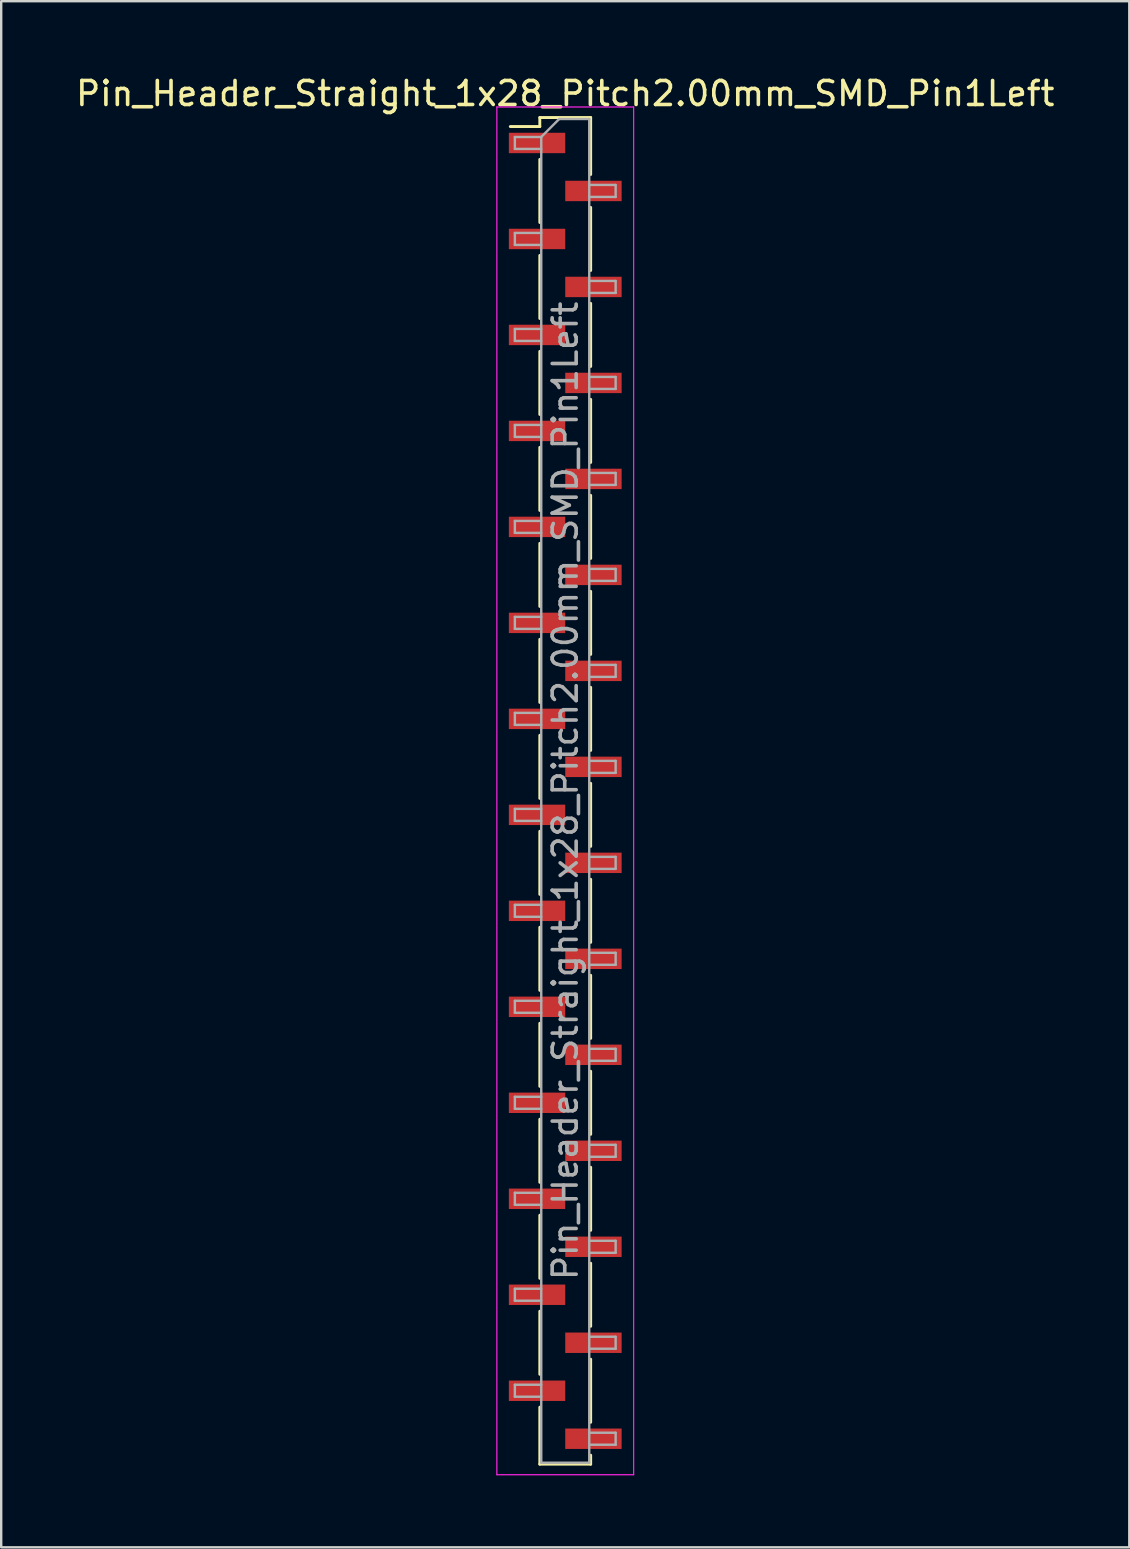
<source format=kicad_pcb>
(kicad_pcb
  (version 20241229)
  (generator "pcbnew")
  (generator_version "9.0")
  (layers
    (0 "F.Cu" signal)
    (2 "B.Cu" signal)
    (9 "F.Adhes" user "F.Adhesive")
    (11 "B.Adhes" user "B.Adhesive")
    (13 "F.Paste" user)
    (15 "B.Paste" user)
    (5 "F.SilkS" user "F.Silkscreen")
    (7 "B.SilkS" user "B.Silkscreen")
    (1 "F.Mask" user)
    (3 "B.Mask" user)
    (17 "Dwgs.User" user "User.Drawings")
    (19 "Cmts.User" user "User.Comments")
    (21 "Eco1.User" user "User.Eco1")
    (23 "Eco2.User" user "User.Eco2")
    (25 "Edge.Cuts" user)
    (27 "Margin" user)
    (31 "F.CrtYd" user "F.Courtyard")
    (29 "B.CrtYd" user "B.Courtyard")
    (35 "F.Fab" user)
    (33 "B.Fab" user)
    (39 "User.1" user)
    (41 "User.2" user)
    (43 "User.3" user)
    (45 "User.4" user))
  (footprint "Pin_Header_Straight_1x28_Pitch2.00mm_SMD_Pin1Left"
    (layer "F.Cu")
    (at 20.506 29.908)
    (property "Reference" "Pin_Header_Straight_1x28_Pitch2.00mm_SMD_Pin1Left" (at 0 -29.06 0) (layer "F.SilkS") (effects (font (size 1 1) (thickness 0.15))))
    (attr smd)
    (fp_line (start -1.06 -28.06) (end -1.06 -27.685) (stroke (width 0.12) (type solid)) (layer "F.SilkS"))
    (fp_line (start -1.06 -28.06) (end 1.06 -28.06) (stroke (width 0.12) (type solid)) (layer "F.SilkS"))
    (fp_line (start -1.06 -27.685) (end -2.29 -27.685) (stroke (width 0.12) (type solid)) (layer "F.SilkS"))
    (fp_line (start -1.06 -26.315) (end -1.06 -23.685) (stroke (width 0.12) (type solid)) (layer "F.SilkS"))
    (fp_line (start -1.06 -22.315) (end -1.06 -19.685) (stroke (width 0.12) (type solid)) (layer "F.SilkS"))
    (fp_line (start -1.06 -18.315) (end -1.06 -15.685) (stroke (width 0.12) (type solid)) (layer "F.SilkS"))
    (fp_line (start -1.06 -14.315) (end -1.06 -11.685) (stroke (width 0.12) (type solid)) (layer "F.SilkS"))
    (fp_line (start -1.06 -10.315) (end -1.06 -7.685) (stroke (width 0.12) (type solid)) (layer "F.SilkS"))
    (fp_line (start -1.06 -6.315) (end -1.06 -3.685) (stroke (width 0.12) (type solid)) (layer "F.SilkS"))
    (fp_line (start -1.06 -2.315) (end -1.06 0.315) (stroke (width 0.12) (type solid)) (layer "F.SilkS"))
    (fp_line (start -1.06 1.685) (end -1.06 4.315) (stroke (width 0.12) (type solid)) (layer "F.SilkS"))
    (fp_line (start -1.06 5.685) (end -1.06 8.315) (stroke (width 0.12) (type solid)) (layer "F.SilkS"))
    (fp_line (start -1.06 9.685) (end -1.06 12.315) (stroke (width 0.12) (type solid)) (layer "F.SilkS"))
    (fp_line (start -1.06 13.685) (end -1.06 16.315) (stroke (width 0.12) (type solid)) (layer "F.SilkS"))
    (fp_line (start -1.06 17.685) (end -1.06 20.315) (stroke (width 0.12) (type solid)) (layer "F.SilkS"))
    (fp_line (start -1.06 21.685) (end -1.06 24.315) (stroke (width 0.12) (type solid)) (layer "F.SilkS"))
    (fp_line (start -1.06 25.685) (end -1.06 28.06) (stroke (width 0.12) (type solid)) (layer "F.SilkS"))
    (fp_line (start -1.06 28.06) (end 1.06 28.06) (stroke (width 0.12) (type solid)) (layer "F.SilkS"))
    (fp_line (start 1.06 -28.06) (end 1.06 -25.685) (stroke (width 0.12) (type solid)) (layer "F.SilkS"))
    (fp_line (start 1.06 -24.315) (end 1.06 -21.685) (stroke (width 0.12) (type solid)) (layer "F.SilkS"))
    (fp_line (start 1.06 -20.315) (end 1.06 -17.685) (stroke (width 0.12) (type solid)) (layer "F.SilkS"))
    (fp_line (start 1.06 -16.315) (end 1.06 -13.685) (stroke (width 0.12) (type solid)) (layer "F.SilkS"))
    (fp_line (start 1.06 -12.315) (end 1.06 -9.685) (stroke (width 0.12) (type solid)) (layer "F.SilkS"))
    (fp_line (start 1.06 -8.315) (end 1.06 -5.685) (stroke (width 0.12) (type solid)) (layer "F.SilkS"))
    (fp_line (start 1.06 -4.315) (end 1.06 -1.685) (stroke (width 0.12) (type solid)) (layer "F.SilkS"))
    (fp_line (start 1.06 -0.315) (end 1.06 2.315) (stroke (width 0.12) (type solid)) (layer "F.SilkS"))
    (fp_line (start 1.06 3.685) (end 1.06 6.315) (stroke (width 0.12) (type solid)) (layer "F.SilkS"))
    (fp_line (start 1.06 7.685) (end 1.06 10.315) (stroke (width 0.12) (type solid)) (layer "F.SilkS"))
    (fp_line (start 1.06 11.685) (end 1.06 14.315) (stroke (width 0.12) (type solid)) (layer "F.SilkS"))
    (fp_line (start 1.06 15.685) (end 1.06 18.315) (stroke (width 0.12) (type solid)) (layer "F.SilkS"))
    (fp_line (start 1.06 19.685) (end 1.06 22.315) (stroke (width 0.12) (type solid)) (layer "F.SilkS"))
    (fp_line (start 1.06 23.685) (end 1.06 26.315) (stroke (width 0.12) (type solid)) (layer "F.SilkS"))
    (fp_line (start 1.06 27.685) (end 1.06 28.06) (stroke (width 0.12) (type solid)) (layer "F.SilkS"))
    (fp_line (start -2.85 -28.5) (end -2.85 28.5) (stroke (width 0.05) (type solid)) (layer "F.CrtYd"))
    (fp_line (start -2.85 28.5) (end 2.85 28.5) (stroke (width 0.05) (type solid)) (layer "F.CrtYd"))
    (fp_line (start 2.85 -28.5) (end -2.85 -28.5) (stroke (width 0.05) (type solid)) (layer "F.CrtYd"))
    (fp_line (start 2.85 28.5) (end 2.85 -28.5) (stroke (width 0.05) (type solid)) (layer "F.CrtYd"))
    (fp_line (start -2.1 -27.25) (end -2.1 -26.75) (stroke (width 0.1) (type solid)) (layer "F.Fab"))
    (fp_line (start -2.1 -26.75) (end -1 -26.75) (stroke (width 0.1) (type solid)) (layer "F.Fab"))
    (fp_line (start -2.1 -23.25) (end -2.1 -22.75) (stroke (width 0.1) (type solid)) (layer "F.Fab"))
    (fp_line (start -2.1 -22.75) (end -1 -22.75) (stroke (width 0.1) (type solid)) (layer "F.Fab"))
    (fp_line (start -2.1 -19.25) (end -2.1 -18.75) (stroke (width 0.1) (type solid)) (layer "F.Fab"))
    (fp_line (start -2.1 -18.75) (end -1 -18.75) (stroke (width 0.1) (type solid)) (layer "F.Fab"))
    (fp_line (start -2.1 -15.25) (end -2.1 -14.75) (stroke (width 0.1) (type solid)) (layer "F.Fab"))
    (fp_line (start -2.1 -14.75) (end -1 -14.75) (stroke (width 0.1) (type solid)) (layer "F.Fab"))
    (fp_line (start -2.1 -11.25) (end -2.1 -10.75) (stroke (width 0.1) (type solid)) (layer "F.Fab"))
    (fp_line (start -2.1 -10.75) (end -1 -10.75) (stroke (width 0.1) (type solid)) (layer "F.Fab"))
    (fp_line (start -2.1 -7.25) (end -2.1 -6.75) (stroke (width 0.1) (type solid)) (layer "F.Fab"))
    (fp_line (start -2.1 -6.75) (end -1 -6.75) (stroke (width 0.1) (type solid)) (layer "F.Fab"))
    (fp_line (start -2.1 -3.25) (end -2.1 -2.75) (stroke (width 0.1) (type solid)) (layer "F.Fab"))
    (fp_line (start -2.1 -2.75) (end -1 -2.75) (stroke (width 0.1) (type solid)) (layer "F.Fab"))
    (fp_line (start -2.1 0.75) (end -2.1 1.25) (stroke (width 0.1) (type solid)) (layer "F.Fab"))
    (fp_line (start -2.1 1.25) (end -1 1.25) (stroke (width 0.1) (type solid)) (layer "F.Fab"))
    (fp_line (start -2.1 4.75) (end -2.1 5.25) (stroke (width 0.1) (type solid)) (layer "F.Fab"))
    (fp_line (start -2.1 5.25) (end -1 5.25) (stroke (width 0.1) (type solid)) (layer "F.Fab"))
    (fp_line (start -2.1 8.75) (end -2.1 9.25) (stroke (width 0.1) (type solid)) (layer "F.Fab"))
    (fp_line (start -2.1 9.25) (end -1 9.25) (stroke (width 0.1) (type solid)) (layer "F.Fab"))
    (fp_line (start -2.1 12.75) (end -2.1 13.25) (stroke (width 0.1) (type solid)) (layer "F.Fab"))
    (fp_line (start -2.1 13.25) (end -1 13.25) (stroke (width 0.1) (type solid)) (layer "F.Fab"))
    (fp_line (start -2.1 16.75) (end -2.1 17.25) (stroke (width 0.1) (type solid)) (layer "F.Fab"))
    (fp_line (start -2.1 17.25) (end -1 17.25) (stroke (width 0.1) (type solid)) (layer "F.Fab"))
    (fp_line (start -2.1 20.75) (end -2.1 21.25) (stroke (width 0.1) (type solid)) (layer "F.Fab"))
    (fp_line (start -2.1 21.25) (end -1 21.25) (stroke (width 0.1) (type solid)) (layer "F.Fab"))
    (fp_line (start -2.1 24.75) (end -2.1 25.25) (stroke (width 0.1) (type solid)) (layer "F.Fab"))
    (fp_line (start -2.1 25.25) (end -1 25.25) (stroke (width 0.1) (type solid)) (layer "F.Fab"))
    (fp_line (start -1 -27.25) (end -2.1 -27.25) (stroke (width 0.1) (type solid)) (layer "F.Fab"))
    (fp_line (start -1 -27.25) (end -0.25 -28) (stroke (width 0.1) (type solid)) (layer "F.Fab"))
    (fp_line (start -1 -23.25) (end -2.1 -23.25) (stroke (width 0.1) (type solid)) (layer "F.Fab"))
    (fp_line (start -1 -19.25) (end -2.1 -19.25) (stroke (width 0.1) (type solid)) (layer "F.Fab"))
    (fp_line (start -1 -15.25) (end -2.1 -15.25) (stroke (width 0.1) (type solid)) (layer "F.Fab"))
    (fp_line (start -1 -11.25) (end -2.1 -11.25) (stroke (width 0.1) (type solid)) (layer "F.Fab"))
    (fp_line (start -1 -7.25) (end -2.1 -7.25) (stroke (width 0.1) (type solid)) (layer "F.Fab"))
    (fp_line (start -1 -3.25) (end -2.1 -3.25) (stroke (width 0.1) (type solid)) (layer "F.Fab"))
    (fp_line (start -1 0.75) (end -2.1 0.75) (stroke (width 0.1) (type solid)) (layer "F.Fab"))
    (fp_line (start -1 4.75) (end -2.1 4.75) (stroke (width 0.1) (type solid)) (layer "F.Fab"))
    (fp_line (start -1 8.75) (end -2.1 8.75) (stroke (width 0.1) (type solid)) (layer "F.Fab"))
    (fp_line (start -1 12.75) (end -2.1 12.75) (stroke (width 0.1) (type solid)) (layer "F.Fab"))
    (fp_line (start -1 16.75) (end -2.1 16.75) (stroke (width 0.1) (type solid)) (layer "F.Fab"))
    (fp_line (start -1 20.75) (end -2.1 20.75) (stroke (width 0.1) (type solid)) (layer "F.Fab"))
    (fp_line (start -1 24.75) (end -2.1 24.75) (stroke (width 0.1) (type solid)) (layer "F.Fab"))
    (fp_line (start -1 28) (end -1 -27.25) (stroke (width 0.1) (type solid)) (layer "F.Fab"))
    (fp_line (start -0.25 -28) (end 1 -28) (stroke (width 0.1) (type solid)) (layer "F.Fab"))
    (fp_line (start 1 -28) (end 1 28) (stroke (width 0.1) (type solid)) (layer "F.Fab"))
    (fp_line (start 1 -25.25) (end 2.1 -25.25) (stroke (width 0.1) (type solid)) (layer "F.Fab"))
    (fp_line (start 1 -21.25) (end 2.1 -21.25) (stroke (width 0.1) (type solid)) (layer "F.Fab"))
    (fp_line (start 1 -17.25) (end 2.1 -17.25) (stroke (width 0.1) (type solid)) (layer "F.Fab"))
    (fp_line (start 1 -13.25) (end 2.1 -13.25) (stroke (width 0.1) (type solid)) (layer "F.Fab"))
    (fp_line (start 1 -9.25) (end 2.1 -9.25) (stroke (width 0.1) (type solid)) (layer "F.Fab"))
    (fp_line (start 1 -5.25) (end 2.1 -5.25) (stroke (width 0.1) (type solid)) (layer "F.Fab"))
    (fp_line (start 1 -1.25) (end 2.1 -1.25) (stroke (width 0.1) (type solid)) (layer "F.Fab"))
    (fp_line (start 1 2.75) (end 2.1 2.75) (stroke (width 0.1) (type solid)) (layer "F.Fab"))
    (fp_line (start 1 6.75) (end 2.1 6.75) (stroke (width 0.1) (type solid)) (layer "F.Fab"))
    (fp_line (start 1 10.75) (end 2.1 10.75) (stroke (width 0.1) (type solid)) (layer "F.Fab"))
    (fp_line (start 1 14.75) (end 2.1 14.75) (stroke (width 0.1) (type solid)) (layer "F.Fab"))
    (fp_line (start 1 18.75) (end 2.1 18.75) (stroke (width 0.1) (type solid)) (layer "F.Fab"))
    (fp_line (start 1 22.75) (end 2.1 22.75) (stroke (width 0.1) (type solid)) (layer "F.Fab"))
    (fp_line (start 1 26.75) (end 2.1 26.75) (stroke (width 0.1) (type solid)) (layer "F.Fab"))
    (fp_line (start 1 28) (end -1 28) (stroke (width 0.1) (type solid)) (layer "F.Fab"))
    (fp_line (start 2.1 -25.25) (end 2.1 -24.75) (stroke (width 0.1) (type solid)) (layer "F.Fab"))
    (fp_line (start 2.1 -24.75) (end 1 -24.75) (stroke (width 0.1) (type solid)) (layer "F.Fab"))
    (fp_line (start 2.1 -21.25) (end 2.1 -20.75) (stroke (width 0.1) (type solid)) (layer "F.Fab"))
    (fp_line (start 2.1 -20.75) (end 1 -20.75) (stroke (width 0.1) (type solid)) (layer "F.Fab"))
    (fp_line (start 2.1 -17.25) (end 2.1 -16.75) (stroke (width 0.1) (type solid)) (layer "F.Fab"))
    (fp_line (start 2.1 -16.75) (end 1 -16.75) (stroke (width 0.1) (type solid)) (layer "F.Fab"))
    (fp_line (start 2.1 -13.25) (end 2.1 -12.75) (stroke (width 0.1) (type solid)) (layer "F.Fab"))
    (fp_line (start 2.1 -12.75) (end 1 -12.75) (stroke (width 0.1) (type solid)) (layer "F.Fab"))
    (fp_line (start 2.1 -9.25) (end 2.1 -8.75) (stroke (width 0.1) (type solid)) (layer "F.Fab"))
    (fp_line (start 2.1 -8.75) (end 1 -8.75) (stroke (width 0.1) (type solid)) (layer "F.Fab"))
    (fp_line (start 2.1 -5.25) (end 2.1 -4.75) (stroke (width 0.1) (type solid)) (layer "F.Fab"))
    (fp_line (start 2.1 -4.75) (end 1 -4.75) (stroke (width 0.1) (type solid)) (layer "F.Fab"))
    (fp_line (start 2.1 -1.25) (end 2.1 -0.75) (stroke (width 0.1) (type solid)) (layer "F.Fab"))
    (fp_line (start 2.1 -0.75) (end 1 -0.75) (stroke (width 0.1) (type solid)) (layer "F.Fab"))
    (fp_line (start 2.1 2.75) (end 2.1 3.25) (stroke (width 0.1) (type solid)) (layer "F.Fab"))
    (fp_line (start 2.1 3.25) (end 1 3.25) (stroke (width 0.1) (type solid)) (layer "F.Fab"))
    (fp_line (start 2.1 6.75) (end 2.1 7.25) (stroke (width 0.1) (type solid)) (layer "F.Fab"))
    (fp_line (start 2.1 7.25) (end 1 7.25) (stroke (width 0.1) (type solid)) (layer "F.Fab"))
    (fp_line (start 2.1 10.75) (end 2.1 11.25) (stroke (width 0.1) (type solid)) (layer "F.Fab"))
    (fp_line (start 2.1 11.25) (end 1 11.25) (stroke (width 0.1) (type solid)) (layer "F.Fab"))
    (fp_line (start 2.1 14.75) (end 2.1 15.25) (stroke (width 0.1) (type solid)) (layer "F.Fab"))
    (fp_line (start 2.1 15.25) (end 1 15.25) (stroke (width 0.1) (type solid)) (layer "F.Fab"))
    (fp_line (start 2.1 18.75) (end 2.1 19.25) (stroke (width 0.1) (type solid)) (layer "F.Fab"))
    (fp_line (start 2.1 19.25) (end 1 19.25) (stroke (width 0.1) (type solid)) (layer "F.Fab"))
    (fp_line (start 2.1 22.75) (end 2.1 23.25) (stroke (width 0.1) (type solid)) (layer "F.Fab"))
    (fp_line (start 2.1 23.25) (end 1 23.25) (stroke (width 0.1) (type solid)) (layer "F.Fab"))
    (fp_line (start 2.1 26.75) (end 2.1 27.25) (stroke (width 0.1) (type solid)) (layer "F.Fab"))
    (fp_line (start 2.1 27.25) (end 1 27.25) (stroke (width 0.1) (type solid)) (layer "F.Fab"))
    (fp_text user "${REFERENCE}" (at 0 0 90) (layer "F.Fab") (effects (font (size 1 1) (thickness 0.15))))
    (pad "1" smd rect (at -1.175 -27) (size 2.35 0.85) (layers "F.Cu" "F.Mask" "F.Paste"))
    (pad "2" smd rect (at 1.175 -25) (size 2.35 0.85) (layers "F.Cu" "F.Mask" "F.Paste"))
    (pad "3" smd rect (at -1.175 -23) (size 2.35 0.85) (layers "F.Cu" "F.Mask" "F.Paste"))
    (pad "4" smd rect (at 1.175 -21) (size 2.35 0.85) (layers "F.Cu" "F.Mask" "F.Paste"))
    (pad "5" smd rect (at -1.175 -19) (size 2.35 0.85) (layers "F.Cu" "F.Mask" "F.Paste"))
    (pad "6" smd rect (at 1.175 -17) (size 2.35 0.85) (layers "F.Cu" "F.Mask" "F.Paste"))
    (pad "7" smd rect (at -1.175 -15) (size 2.35 0.85) (layers "F.Cu" "F.Mask" "F.Paste"))
    (pad "8" smd rect (at 1.175 -13) (size 2.35 0.85) (layers "F.Cu" "F.Mask" "F.Paste"))
    (pad "9" smd rect (at -1.175 -11) (size 2.35 0.85) (layers "F.Cu" "F.Mask" "F.Paste"))
    (pad "10" smd rect (at 1.175 -9) (size 2.35 0.85) (layers "F.Cu" "F.Mask" "F.Paste"))
    (pad "11" smd rect (at -1.175 -7) (size 2.35 0.85) (layers "F.Cu" "F.Mask" "F.Paste"))
    (pad "12" smd rect (at 1.175 -5) (size 2.35 0.85) (layers "F.Cu" "F.Mask" "F.Paste"))
    (pad "13" smd rect (at -1.175 -3) (size 2.35 0.85) (layers "F.Cu" "F.Mask" "F.Paste"))
    (pad "14" smd rect (at 1.175 -1) (size 2.35 0.85) (layers "F.Cu" "F.Mask" "F.Paste"))
    (pad "15" smd rect (at -1.175 1) (size 2.35 0.85) (layers "F.Cu" "F.Mask" "F.Paste"))
    (pad "16" smd rect (at 1.175 3) (size 2.35 0.85) (layers "F.Cu" "F.Mask" "F.Paste"))
    (pad "17" smd rect (at -1.175 5) (size 2.35 0.85) (layers "F.Cu" "F.Mask" "F.Paste"))
    (pad "18" smd rect (at 1.175 7) (size 2.35 0.85) (layers "F.Cu" "F.Mask" "F.Paste"))
    (pad "19" smd rect (at -1.175 9) (size 2.35 0.85) (layers "F.Cu" "F.Mask" "F.Paste"))
    (pad "20" smd rect (at 1.175 11) (size 2.35 0.85) (layers "F.Cu" "F.Mask" "F.Paste"))
    (pad "21" smd rect (at -1.175 13) (size 2.35 0.85) (layers "F.Cu" "F.Mask" "F.Paste"))
    (pad "22" smd rect (at 1.175 15) (size 2.35 0.85) (layers "F.Cu" "F.Mask" "F.Paste"))
    (pad "23" smd rect (at -1.175 17) (size 2.35 0.85) (layers "F.Cu" "F.Mask" "F.Paste"))
    (pad "24" smd rect (at 1.175 19) (size 2.35 0.85) (layers "F.Cu" "F.Mask" "F.Paste"))
    (pad "25" smd rect (at -1.175 21) (size 2.35 0.85) (layers "F.Cu" "F.Mask" "F.Paste"))
    (pad "26" smd rect (at 1.175 23) (size 2.35 0.85) (layers "F.Cu" "F.Mask" "F.Paste"))
    (pad "27" smd rect (at -1.175 25) (size 2.35 0.85) (layers "F.Cu" "F.Mask" "F.Paste"))
    (pad "28" smd rect (at 1.175 27) (size 2.35 0.85) (layers "F.Cu" "F.Mask" "F.Paste")))
  (gr_rect
    (start -3 -3)
    (end 44.012 61.433)
    (stroke (width 0.1) (type default))
    (fill no)
    (layer "Edge.Cuts")))
</source>
